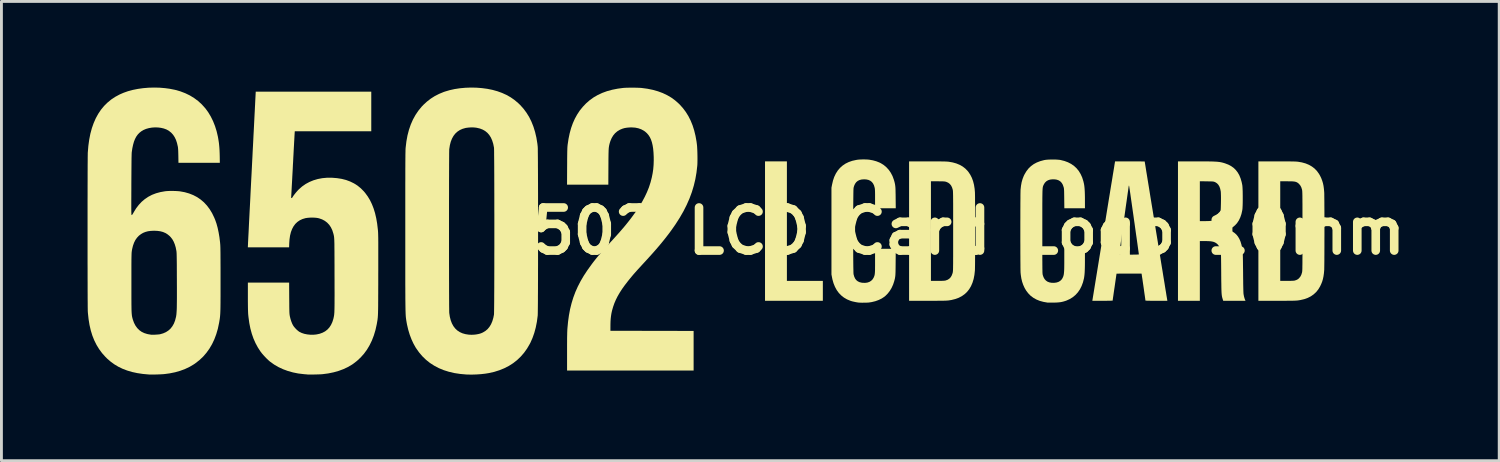
<source format=kicad_pcb>
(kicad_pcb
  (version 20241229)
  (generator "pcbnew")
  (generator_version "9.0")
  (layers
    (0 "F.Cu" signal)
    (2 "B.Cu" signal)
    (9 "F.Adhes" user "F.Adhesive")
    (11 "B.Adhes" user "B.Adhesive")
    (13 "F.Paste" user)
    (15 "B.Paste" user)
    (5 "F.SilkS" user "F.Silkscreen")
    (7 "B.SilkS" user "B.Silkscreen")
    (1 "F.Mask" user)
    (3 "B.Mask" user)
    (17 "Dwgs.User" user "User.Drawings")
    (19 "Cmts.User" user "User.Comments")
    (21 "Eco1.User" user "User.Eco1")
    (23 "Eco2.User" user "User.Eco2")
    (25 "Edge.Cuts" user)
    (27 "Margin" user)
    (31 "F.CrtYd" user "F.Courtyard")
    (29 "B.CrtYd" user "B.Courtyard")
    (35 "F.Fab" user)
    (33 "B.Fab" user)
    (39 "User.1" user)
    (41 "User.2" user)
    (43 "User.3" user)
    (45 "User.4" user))
  (footprint "6502 LCD Card Logo 10mm"
    (layer "F.Cu")
    (at 29.977 4.999)
    (property "Reference" "6502 LCD Card Logo 10mm" (at 0 0 0) (layer "F.SilkS") (effects (font (size 1.5 1.5) (thickness 0.3))))
    (attr board_only exclude_from_pos_files exclude_from_bom)
    (fp_poly (pts (xy -5.618 -0.347) (xy -5.618 1.735) (xy -4.992 1.735) (xy -4.366 1.735) (xy -4.366 2.081) (xy -4.366 2.428) (xy -5.373 2.428) (xy -6.38 2.428) (xy -6.38 0) (xy -6.38 -2.428) (xy -5.999 -2.428) (xy -5.618 -2.428)) (stroke (width 0) (type solid)) (fill yes) (layer "F.SilkS"))
    (fp_poly (pts (xy -0.599 -2.428) (xy -0.489 -2.428) (xy -0.393 -2.428) (xy -0.31 -2.427) (xy -0.24 -2.426) (xy -0.179 -2.426) (xy -0.129 -2.424) (xy -0.087 -2.423) (xy -0.051 -2.421) (xy -0.022 -2.419) (xy 0.003 -2.417) (xy 0.014 -2.416) (xy 0.154 -2.392) (xy 0.283 -2.356) (xy 0.399 -2.308) (xy 0.504 -2.249) (xy 0.597 -2.177) (xy 0.678 -2.093) (xy 0.708 -2.056) (xy 0.772 -1.959) (xy 0.825 -1.854) (xy 0.867 -1.739) (xy 0.899 -1.613) (xy 0.921 -1.476) (xy 0.93 -1.373) (xy 0.932 -1.347) (xy 0.933 -1.306) (xy 0.934 -1.249) (xy 0.935 -1.18) (xy 0.935 -1.098) (xy 0.936 -1.006) (xy 0.937 -0.903) (xy 0.937 -0.793) (xy 0.938 -0.674) (xy 0.938 -0.55) (xy 0.939 -0.421) (xy 0.939 -0.288) (xy 0.939 -0.153) (xy 0.939 -0.016) (xy 0.939 0.121) (xy 0.939 0.256) (xy 0.939 0.39) (xy 0.938 0.52) (xy 0.938 0.645) (xy 0.938 0.765) (xy 0.937 0.877) (xy 0.936 0.982) (xy 0.936 1.076) (xy 0.935 1.16) (xy 0.934 1.233) (xy 0.933 1.292) (xy 0.932 1.337) (xy 0.931 1.366) (xy 0.931 1.371) (xy 0.914 1.526) (xy 0.886 1.669) (xy 0.846 1.8) (xy 0.795 1.918) (xy 0.733 2.023) (xy 0.659 2.116) (xy 0.573 2.197) (xy 0.476 2.266) (xy 0.367 2.323) (xy 0.246 2.367) (xy 0.114 2.4) (xy 0.014 2.416) (xy -0.009 2.418) (xy -0.036 2.42) (xy -0.068 2.422) (xy -0.107 2.424) (xy -0.153 2.425) (xy -0.208 2.426) (xy -0.274 2.427) (xy -0.35 2.427) (xy -0.439 2.428) (xy -0.542 2.428) (xy -0.66 2.428) (xy -0.725 2.428) (xy -1.362 2.428) (xy -1.362 0) (xy -1.362 -1.735) (xy -0.601 -1.735) (xy -0.601 0) (xy -0.601 1.735) (xy -0.371 1.735) (xy -0.297 1.734) (xy -0.237 1.734) (xy -0.19 1.732) (xy -0.153 1.73) (xy -0.124 1.727) (xy -0.101 1.724) (xy -0.09 1.721) (xy -0.02 1.696) (xy 0.039 1.658) (xy 0.087 1.608) (xy 0.124 1.545) (xy 0.152 1.469) (xy 0.159 1.441) (xy 0.161 1.431) (xy 0.162 1.42) (xy 0.164 1.407) (xy 0.165 1.391) (xy 0.167 1.371) (xy 0.168 1.346) (xy 0.169 1.316) (xy 0.17 1.28) (xy 0.17 1.236) (xy 0.171 1.185) (xy 0.172 1.125) (xy 0.172 1.055) (xy 0.172 0.976) (xy 0.173 0.885) (xy 0.173 0.782) (xy 0.173 0.667) (xy 0.173 0.538) (xy 0.173 0.395) (xy 0.173 0.237) (xy 0.173 0.064) (xy 0.173 0) (xy 0.173 -0.179) (xy 0.173 -0.343) (xy 0.173 -0.491) (xy 0.173 -0.624) (xy 0.173 -0.744) (xy 0.173 -0.851) (xy 0.173 -0.946) (xy 0.172 -1.029) (xy 0.172 -1.102) (xy 0.171 -1.165) (xy 0.171 -1.219) (xy 0.17 -1.265) (xy 0.169 -1.304) (xy 0.168 -1.336) (xy 0.167 -1.363) (xy 0.166 -1.385) (xy 0.165 -1.402) (xy 0.163 -1.416) (xy 0.161 -1.428) (xy 0.159 -1.438) (xy 0.159 -1.441) (xy 0.134 -1.522) (xy 0.1 -1.589) (xy 0.055 -1.643) (xy 0.000169 -1.685) (xy -0.066 -1.714) (xy -0.09 -1.721) (xy -0.11 -1.725) (xy -0.136 -1.729) (xy -0.168 -1.731) (xy -0.209 -1.733) (xy -0.261 -1.734) (xy -0.327 -1.734) (xy -0.371 -1.735) (xy -0.601 -1.735) (xy -1.362 -1.735) (xy -1.362 -2.428) (xy -0.725 -2.428)) (stroke (width 0) (type solid)) (fill yes) (layer "F.SilkS"))
    (fp_poly (pts (xy 11.568 -2.428) (xy 11.678 -2.428) (xy 11.774 -2.428) (xy 11.857 -2.427) (xy 11.927 -2.426) (xy 11.987 -2.426) (xy 12.038 -2.424) (xy 12.08 -2.423) (xy 12.116 -2.421) (xy 12.145 -2.419) (xy 12.17 -2.417) (xy 12.181 -2.416) (xy 12.321 -2.392) (xy 12.45 -2.356) (xy 12.566 -2.308) (xy 12.67 -2.248) (xy 12.763 -2.177) (xy 12.844 -2.093) (xy 12.914 -1.996) (xy 12.952 -1.931) (xy 12.994 -1.844) (xy 13.027 -1.757) (xy 13.054 -1.668) (xy 13.074 -1.573) (xy 13.088 -1.468) (xy 13.098 -1.351) (xy 13.099 -1.328) (xy 13.1 -1.288) (xy 13.1 -1.234) (xy 13.101 -1.166) (xy 13.102 -1.085) (xy 13.103 -0.993) (xy 13.103 -0.891) (xy 13.104 -0.779) (xy 13.105 -0.659) (xy 13.105 -0.531) (xy 13.105 -0.398) (xy 13.106 -0.259) (xy 13.106 -0.117) (xy 13.106 0) (xy 13.106 0.145) (xy 13.105 0.287) (xy 13.105 0.424) (xy 13.105 0.557) (xy 13.104 0.683) (xy 13.104 0.802) (xy 13.103 0.912) (xy 13.103 1.012) (xy 13.102 1.102) (xy 13.101 1.18) (xy 13.1 1.246) (xy 13.099 1.297) (xy 13.099 1.334) (xy 13.098 1.351) (xy 13.088 1.469) (xy 13.073 1.574) (xy 13.053 1.67) (xy 13.027 1.759) (xy 12.993 1.845) (xy 12.952 1.931) (xy 12.889 2.035) (xy 12.815 2.126) (xy 12.729 2.205) (xy 12.632 2.273) (xy 12.523 2.328) (xy 12.402 2.371) (xy 12.269 2.402) (xy 12.181 2.416) (xy 12.158 2.418) (xy 12.131 2.42) (xy 12.099 2.422) (xy 12.06 2.424) (xy 12.014 2.425) (xy 11.959 2.426) (xy 11.893 2.427) (xy 11.817 2.427) (xy 11.728 2.428) (xy 11.625 2.428) (xy 11.506 2.428) (xy 11.442 2.428) (xy 10.805 2.428) (xy 10.805 0) (xy 10.805 -1.735) (xy 11.566 -1.735) (xy 11.566 0) (xy 11.566 1.735) (xy 11.797 1.734) (xy 11.877 1.734) (xy 11.941 1.733) (xy 11.991 1.731) (xy 12.029 1.729) (xy 12.056 1.726) (xy 12.07 1.723) (xy 12.12 1.707) (xy 12.159 1.689) (xy 12.194 1.666) (xy 12.218 1.644) (xy 12.265 1.589) (xy 12.3 1.522) (xy 12.325 1.442) (xy 12.326 1.44) (xy 12.328 1.431) (xy 12.329 1.42) (xy 12.331 1.407) (xy 12.332 1.39) (xy 12.334 1.37) (xy 12.335 1.345) (xy 12.336 1.314) (xy 12.337 1.278) (xy 12.337 1.234) (xy 12.338 1.182) (xy 12.339 1.121) (xy 12.339 1.051) (xy 12.339 0.971) (xy 12.34 0.879) (xy 12.34 0.776) (xy 12.34 0.66) (xy 12.34 0.53) (xy 12.34 0.387) (xy 12.34 0.228) (xy 12.34 0.053) (xy 12.34 0) (xy 12.34 -0.18) (xy 12.34 -0.343) (xy 12.34 -0.491) (xy 12.34 -0.625) (xy 12.34 -0.744) (xy 12.34 -0.851) (xy 12.34 -0.946) (xy 12.339 -1.029) (xy 12.339 -1.102) (xy 12.338 -1.166) (xy 12.338 -1.22) (xy 12.337 -1.266) (xy 12.336 -1.305) (xy 12.335 -1.337) (xy 12.334 -1.363) (xy 12.333 -1.385) (xy 12.331 -1.402) (xy 12.33 -1.416) (xy 12.328 -1.428) (xy 12.326 -1.438) (xy 12.326 -1.44) (xy 12.301 -1.521) (xy 12.266 -1.588) (xy 12.22 -1.643) (xy 12.22 -1.643) (xy 12.193 -1.667) (xy 12.167 -1.686) (xy 12.141 -1.701) (xy 12.11 -1.713) (xy 12.075 -1.722) (xy 12.032 -1.728) (xy 11.98 -1.732) (xy 11.916 -1.734) (xy 11.838 -1.734) (xy 11.796 -1.735) (xy 11.566 -1.735) (xy 10.805 -1.735) (xy 10.805 -2.428) (xy 11.442 -2.428)) (stroke (width 0) (type solid)) (fill yes) (layer "F.SilkS"))
    (fp_poly (pts (xy -2.915 -2.496) (xy -2.851 -2.494) (xy -2.795 -2.491) (xy -2.753 -2.487) (xy -2.622 -2.464) (xy -2.503 -2.431) (xy -2.394 -2.388) (xy -2.344 -2.363) (xy -2.242 -2.299) (xy -2.15 -2.221) (xy -2.068 -2.131) (xy -1.998 -2.029) (xy -1.939 -1.916) (xy -1.893 -1.791) (xy -1.88 -1.747) (xy -1.869 -1.708) (xy -1.861 -1.673) (xy -1.853 -1.639) (xy -1.848 -1.605) (xy -1.843 -1.569) (xy -1.839 -1.528) (xy -1.836 -1.48) (xy -1.834 -1.425) (xy -1.833 -1.359) (xy -1.831 -1.28) (xy -1.83 -1.187) (xy -1.83 -1.166) (xy -1.826 -0.795) (xy -2.186 -0.795) (xy -2.547 -0.795) (xy -2.547 -1.121) (xy -2.547 -1.209) (xy -2.547 -1.283) (xy -2.548 -1.344) (xy -2.549 -1.393) (xy -2.551 -1.432) (xy -2.553 -1.462) (xy -2.556 -1.487) (xy -2.56 -1.507) (xy -2.56 -1.508) (xy -2.583 -1.589) (xy -2.617 -1.658) (xy -2.66 -1.712) (xy -2.715 -1.754) (xy -2.78 -1.783) (xy -2.856 -1.799) (xy -2.928 -1.803) (xy -3.013 -1.797) (xy -3.087 -1.779) (xy -3.151 -1.747) (xy -3.203 -1.703) (xy -3.245 -1.645) (xy -3.277 -1.574) (xy -3.296 -1.505) (xy -3.297 -1.489) (xy -3.299 -1.456) (xy -3.301 -1.409) (xy -3.302 -1.347) (xy -3.303 -1.274) (xy -3.304 -1.189) (xy -3.305 -1.093) (xy -3.306 -0.988) (xy -3.307 -0.875) (xy -3.308 -0.755) (xy -3.309 -0.629) (xy -3.309 -0.497) (xy -3.309 -0.362) (xy -3.31 -0.224) (xy -3.31 -0.084) (xy -3.31 0.056) (xy -3.31 0.196) (xy -3.31 0.335) (xy -3.309 0.471) (xy -3.309 0.603) (xy -3.308 0.73) (xy -3.308 0.852) (xy -3.307 0.966) (xy -3.306 1.073) (xy -3.305 1.17) (xy -3.304 1.257) (xy -3.302 1.333) (xy -3.301 1.397) (xy -3.3 1.447) (xy -3.298 1.482) (xy -3.296 1.502) (xy -3.296 1.504) (xy -3.273 1.586) (xy -3.242 1.654) (xy -3.201 1.708) (xy -3.15 1.749) (xy -3.089 1.779) (xy -3.015 1.797) (xy -2.985 1.801) (xy -2.896 1.804) (xy -2.816 1.794) (xy -2.745 1.77) (xy -2.685 1.733) (xy -2.635 1.684) (xy -2.596 1.621) (xy -2.583 1.591) (xy -2.575 1.569) (xy -2.568 1.549) (xy -2.563 1.527) (xy -2.558 1.503) (xy -2.555 1.474) (xy -2.552 1.44) (xy -2.55 1.398) (xy -2.548 1.347) (xy -2.548 1.285) (xy -2.547 1.211) (xy -2.547 1.123) (xy -2.547 1.036) (xy -2.547 0.618) (xy -2.187 0.618) (xy -1.826 0.618) (xy -1.83 1.077) (xy -1.831 1.181) (xy -1.832 1.271) (xy -1.833 1.347) (xy -1.834 1.411) (xy -1.836 1.465) (xy -1.838 1.511) (xy -1.841 1.551) (xy -1.845 1.586) (xy -1.85 1.617) (xy -1.855 1.648) (xy -1.862 1.679) (xy -1.871 1.711) (xy -1.88 1.747) (xy -1.919 1.865) (xy -1.97 1.977) (xy -2.032 2.081) (xy -2.104 2.174) (xy -2.184 2.255) (xy -2.224 2.288) (xy -2.316 2.349) (xy -2.421 2.4) (xy -2.537 2.442) (xy -2.664 2.473) (xy -2.753 2.487) (xy -2.783 2.49) (xy -2.827 2.492) (xy -2.879 2.494) (xy -2.936 2.494) (xy -2.993 2.495) (xy -3.046 2.494) (xy -3.09 2.492) (xy -3.122 2.49) (xy -3.172 2.483) (xy -3.231 2.472) (xy -3.292 2.459) (xy -3.351 2.445) (xy -3.399 2.43) (xy -3.408 2.427) (xy -3.525 2.378) (xy -3.631 2.316) (xy -3.726 2.241) (xy -3.81 2.154) (xy -3.883 2.054) (xy -3.944 1.941) (xy -3.994 1.817) (xy -4.033 1.68) (xy -4.046 1.614) (xy -4.066 1.51) (xy -4.066 0) (xy -4.066 -1.51) (xy -4.046 -1.614) (xy -4.013 -1.757) (xy -3.969 -1.887) (xy -3.913 -2.004) (xy -3.846 -2.109) (xy -3.767 -2.202) (xy -3.677 -2.282) (xy -3.576 -2.35) (xy -3.463 -2.405) (xy -3.339 -2.448) (xy -3.203 -2.478) (xy -3.145 -2.487) (xy -3.1 -2.491) (xy -3.044 -2.494) (xy -2.981 -2.496)) (stroke (width 0) (type solid)) (fill yes) (layer "F.SilkS"))
    (fp_poly (pts (xy 8.767 -2.428) (xy 8.888 -2.428) (xy 8.995 -2.427) (xy 9.089 -2.426) (xy 9.171 -2.425) (xy 9.243 -2.422) (xy 9.305 -2.419) (xy 9.36 -2.416) (xy 9.409 -2.411) (xy 9.453 -2.406) (xy 9.492 -2.399) (xy 9.53 -2.391) (xy 9.566 -2.382) (xy 9.602 -2.372) (xy 9.64 -2.36) (xy 9.651 -2.356) (xy 9.761 -2.314) (xy 9.859 -2.261) (xy 9.946 -2.199) (xy 10.021 -2.125) (xy 10.086 -2.04) (xy 10.141 -1.943) (xy 10.186 -1.832) (xy 10.222 -1.708) (xy 10.244 -1.603) (xy 10.248 -1.568) (xy 10.252 -1.519) (xy 10.255 -1.457) (xy 10.258 -1.386) (xy 10.259 -1.309) (xy 10.26 -1.227) (xy 10.26 -1.143) (xy 10.26 -1.06) (xy 10.259 -0.98) (xy 10.257 -0.905) (xy 10.254 -0.839) (xy 10.251 -0.784) (xy 10.246 -0.742) (xy 10.244 -0.728) (xy 10.215 -0.596) (xy 10.175 -0.478) (xy 10.125 -0.373) (xy 10.064 -0.281) (xy 9.993 -0.202) (xy 9.911 -0.136) (xy 9.835 -0.091) (xy 9.805 -0.075) (xy 9.781 -0.06) (xy 9.768 -0.05) (xy 9.767 -0.047) (xy 9.776 -0.04) (xy 9.795 -0.031) (xy 9.799 -0.029) (xy 9.887 0.008) (xy 9.965 0.057) (xy 10.033 0.116) (xy 10.092 0.188) (xy 10.142 0.272) (xy 10.184 0.37) (xy 10.217 0.481) (xy 10.243 0.607) (xy 10.252 0.663) (xy 10.255 0.684) (xy 10.257 0.71) (xy 10.259 0.742) (xy 10.261 0.781) (xy 10.262 0.829) (xy 10.264 0.885) (xy 10.265 0.953) (xy 10.267 1.031) (xy 10.268 1.123) (xy 10.269 1.228) (xy 10.271 1.349) (xy 10.272 1.447) (xy 10.273 1.591) (xy 10.275 1.721) (xy 10.276 1.836) (xy 10.278 1.936) (xy 10.28 2.02) (xy 10.282 2.088) (xy 10.284 2.141) (xy 10.286 2.177) (xy 10.288 2.195) (xy 10.303 2.274) (xy 10.322 2.343) (xy 10.339 2.39) (xy 10.356 2.428) (xy 9.968 2.428) (xy 9.58 2.428) (xy 9.562 2.371) (xy 9.554 2.345) (xy 9.547 2.321) (xy 9.541 2.297) (xy 9.536 2.273) (xy 9.532 2.247) (xy 9.528 2.219) (xy 9.525 2.186) (xy 9.522 2.147) (xy 9.52 2.102) (xy 9.518 2.049) (xy 9.516 1.986) (xy 9.515 1.913) (xy 9.514 1.829) (xy 9.512 1.732) (xy 9.511 1.62) (xy 9.51 1.493) (xy 9.51 1.455) (xy 9.509 1.327) (xy 9.508 1.215) (xy 9.507 1.117) (xy 9.506 1.033) (xy 9.505 0.961) (xy 9.504 0.9) (xy 9.502 0.85) (xy 9.501 0.808) (xy 9.499 0.775) (xy 9.498 0.747) (xy 9.496 0.726) (xy 9.494 0.708) (xy 9.491 0.694) (xy 9.49 0.688) (xy 9.472 0.619) (xy 9.452 0.564) (xy 9.429 0.519) (xy 9.4 0.48) (xy 9.371 0.449) (xy 9.336 0.421) (xy 9.298 0.398) (xy 9.255 0.379) (xy 9.205 0.366) (xy 9.145 0.356) (xy 9.074 0.351) (xy 8.99 0.348) (xy 8.937 0.347) (xy 8.766 0.347) (xy 8.766 1.388) (xy 8.766 2.428) (xy 8.385 2.428) (xy 8.004 2.428) (xy 8.004 0) (xy 8.004 -1.736) (xy 8.766 -1.736) (xy 8.766 -1.041) (xy 8.766 -0.347) (xy 8.937 -0.347) (xy 9.008 -0.348) (xy 9.071 -0.35) (xy 9.124 -0.353) (xy 9.164 -0.358) (xy 9.172 -0.359) (xy 9.253 -0.38) (xy 9.321 -0.413) (xy 9.379 -0.459) (xy 9.425 -0.517) (xy 9.462 -0.588) (xy 9.482 -0.647) (xy 9.486 -0.671) (xy 9.49 -0.709) (xy 9.493 -0.758) (xy 9.496 -0.818) (xy 9.498 -0.885) (xy 9.5 -0.956) (xy 9.501 -1.03) (xy 9.502 -1.103) (xy 9.502 -1.174) (xy 9.501 -1.24) (xy 9.499 -1.298) (xy 9.497 -1.346) (xy 9.494 -1.382) (xy 9.493 -1.388) (xy 9.474 -1.477) (xy 9.447 -1.552) (xy 9.41 -1.614) (xy 9.364 -1.663) (xy 9.307 -1.7) (xy 9.283 -1.711) (xy 9.268 -1.716) (xy 9.253 -1.721) (xy 9.235 -1.724) (xy 9.214 -1.727) (xy 9.185 -1.729) (xy 9.147 -1.73) (xy 9.098 -1.731) (xy 9.035 -1.732) (xy 9 -1.733) (xy 8.766 -1.736) (xy 8.004 -1.736) (xy 8.004 -2.428) (xy 8.631 -2.428)) (stroke (width 0) (type solid)) (fill yes) (layer "F.SilkS"))
    (fp_poly (pts (xy 3.679 -2.492) (xy 3.751 -2.491) (xy 3.817 -2.487) (xy 3.874 -2.482) (xy 3.913 -2.476) (xy 4.049 -2.442) (xy 4.173 -2.396) (xy 4.285 -2.338) (xy 4.385 -2.268) (xy 4.473 -2.186) (xy 4.55 -2.091) (xy 4.614 -1.985) (xy 4.668 -1.866) (xy 4.709 -1.735) (xy 4.729 -1.65) (xy 4.739 -1.592) (xy 4.747 -1.528) (xy 4.753 -1.454) (xy 4.758 -1.37) (xy 4.761 -1.274) (xy 4.763 -1.165) (xy 4.763 -1.056) (xy 4.764 -0.795) (xy 4.405 -0.795) (xy 4.046 -0.795) (xy 4.042 -1.132) (xy 4.041 -1.217) (xy 4.04 -1.288) (xy 4.039 -1.345) (xy 4.038 -1.391) (xy 4.036 -1.427) (xy 4.034 -1.457) (xy 4.032 -1.48) (xy 4.029 -1.5) (xy 4.025 -1.518) (xy 4.02 -1.534) (xy 3.993 -1.613) (xy 3.956 -1.677) (xy 3.909 -1.728) (xy 3.853 -1.765) (xy 3.785 -1.79) (xy 3.719 -1.801) (xy 3.627 -1.803) (xy 3.546 -1.793) (xy 3.476 -1.769) (xy 3.416 -1.732) (xy 3.367 -1.683) (xy 3.33 -1.622) (xy 3.324 -1.608) (xy 3.318 -1.597) (xy 3.313 -1.585) (xy 3.308 -1.574) (xy 3.303 -1.561) (xy 3.3 -1.547) (xy 3.296 -1.53) (xy 3.293 -1.509) (xy 3.29 -1.485) (xy 3.288 -1.456) (xy 3.286 -1.421) (xy 3.284 -1.379) (xy 3.283 -1.33) (xy 3.282 -1.273) (xy 3.281 -1.208) (xy 3.28 -1.133) (xy 3.28 -1.047) (xy 3.279 -0.951) (xy 3.279 -0.842) (xy 3.279 -0.721) (xy 3.279 -0.587) (xy 3.279 -0.438) (xy 3.279 -0.275) (xy 3.279 -0.095) (xy 3.279 0.004) (xy 3.279 0.189) (xy 3.279 0.358) (xy 3.279 0.512) (xy 3.279 0.651) (xy 3.279 0.776) (xy 3.279 0.889) (xy 3.279 0.988) (xy 3.28 1.077) (xy 3.28 1.154) (xy 3.281 1.222) (xy 3.281 1.28) (xy 3.282 1.33) (xy 3.283 1.372) (xy 3.283 1.407) (xy 3.284 1.436) (xy 3.285 1.46) (xy 3.287 1.479) (xy 3.288 1.494) (xy 3.29 1.506) (xy 3.291 1.516) (xy 3.293 1.524) (xy 3.293 1.526) (xy 3.32 1.605) (xy 3.357 1.671) (xy 3.404 1.723) (xy 3.46 1.762) (xy 3.528 1.788) (xy 3.6 1.801) (xy 3.688 1.803) (xy 3.767 1.793) (xy 3.837 1.772) (xy 3.895 1.739) (xy 3.913 1.724) (xy 3.95 1.688) (xy 3.977 1.648) (xy 4 1.601) (xy 4.01 1.575) (xy 4.017 1.55) (xy 4.024 1.523) (xy 4.029 1.491) (xy 4.033 1.454) (xy 4.037 1.409) (xy 4.04 1.356) (xy 4.042 1.292) (xy 4.043 1.216) (xy 4.044 1.127) (xy 4.044 1.023) (xy 4.044 0.988) (xy 4.044 0.618) (xy 4.404 0.618) (xy 4.764 0.618) (xy 4.763 0.967) (xy 4.763 1.089) (xy 4.762 1.196) (xy 4.76 1.289) (xy 4.757 1.371) (xy 4.754 1.442) (xy 4.749 1.504) (xy 4.743 1.559) (xy 4.736 1.609) (xy 4.729 1.65) (xy 4.694 1.788) (xy 4.647 1.914) (xy 4.589 2.029) (xy 4.519 2.131) (xy 4.437 2.222) (xy 4.344 2.3) (xy 4.24 2.365) (xy 4.125 2.418) (xy 4.083 2.433) (xy 4.024 2.451) (xy 3.968 2.465) (xy 3.912 2.476) (xy 3.852 2.483) (xy 3.784 2.488) (xy 3.704 2.491) (xy 3.672 2.492) (xy 3.616 2.492) (xy 3.565 2.492) (xy 3.52 2.492) (xy 3.485 2.492) (xy 3.464 2.491) (xy 3.461 2.491) (xy 3.319 2.466) (xy 3.189 2.431) (xy 3.072 2.383) (xy 2.966 2.323) (xy 2.871 2.252) (xy 2.788 2.167) (xy 2.715 2.071) (xy 2.662 1.981) (xy 2.614 1.875) (xy 2.576 1.766) (xy 2.548 1.649) (xy 2.529 1.523) (xy 2.521 1.443) (xy 2.52 1.418) (xy 2.519 1.378) (xy 2.518 1.323) (xy 2.517 1.255) (xy 2.517 1.174) (xy 2.516 1.082) (xy 2.515 0.981) (xy 2.515 0.87) (xy 2.514 0.752) (xy 2.514 0.627) (xy 2.514 0.497) (xy 2.513 0.363) (xy 2.513 0.225) (xy 2.513 0.086) (xy 2.513 -0.054) (xy 2.513 -0.193) (xy 2.513 -0.331) (xy 2.514 -0.466) (xy 2.514 -0.597) (xy 2.514 -0.723) (xy 2.515 -0.843) (xy 2.515 -0.955) (xy 2.516 -1.059) (xy 2.517 -1.153) (xy 2.517 -1.237) (xy 2.518 -1.308) (xy 2.519 -1.366) (xy 2.52 -1.41) (xy 2.521 -1.438) (xy 2.521 -1.443) (xy 2.536 -1.577) (xy 2.558 -1.699) (xy 2.59 -1.812) (xy 2.632 -1.92) (xy 2.662 -1.981) (xy 2.726 -2.087) (xy 2.799 -2.181) (xy 2.883 -2.262) (xy 2.979 -2.332) (xy 3.085 -2.389) (xy 3.204 -2.435) (xy 3.336 -2.471) (xy 3.363 -2.476) (xy 3.408 -2.483) (xy 3.465 -2.488) (xy 3.532 -2.491) (xy 3.605 -2.493)) (stroke (width 0) (type solid)) (fill yes) (layer "F.SilkS"))
    (fp_poly (pts (xy -10.919 -4.995) (xy -10.844 -4.993) (xy -10.775 -4.991) (xy -10.717 -4.988) (xy -10.678 -4.985) (xy -10.476 -4.958) (xy -10.287 -4.919) (xy -10.11 -4.869) (xy -9.945 -4.808) (xy -9.791 -4.735) (xy -9.647 -4.651) (xy -9.514 -4.554) (xy -9.39 -4.445) (xy -9.351 -4.407) (xy -9.238 -4.281) (xy -9.137 -4.146) (xy -9.048 -4.002) (xy -8.97 -3.847) (xy -8.903 -3.682) (xy -8.847 -3.505) (xy -8.801 -3.316) (xy -8.765 -3.114) (xy -8.753 -3.021) (xy -8.747 -2.967) (xy -8.743 -2.899) (xy -8.739 -2.821) (xy -8.736 -2.737) (xy -8.734 -2.648) (xy -8.733 -2.56) (xy -8.733 -2.475) (xy -8.734 -2.396) (xy -8.736 -2.327) (xy -8.74 -2.273) (xy -8.767 -2.038) (xy -8.807 -1.808) (xy -8.861 -1.581) (xy -8.929 -1.356) (xy -9.012 -1.132) (xy -9.11 -0.91) (xy -9.223 -0.687) (xy -9.352 -0.463) (xy -9.496 -0.238) (xy -9.634 -0.04) (xy -9.718 0.074) (xy -9.803 0.185) (xy -9.89 0.296) (xy -9.981 0.408) (xy -10.076 0.522) (xy -10.178 0.641) (xy -10.288 0.766) (xy -10.407 0.898) (xy -10.536 1.04) (xy -10.576 1.083) (xy -10.66 1.174) (xy -10.733 1.254) (xy -10.798 1.324) (xy -10.855 1.388) (xy -10.906 1.445) (xy -10.953 1.498) (xy -10.996 1.549) (xy -11.037 1.598) (xy -11.078 1.648) (xy -11.12 1.7) (xy -11.154 1.742) (xy -11.263 1.883) (xy -11.359 2.017) (xy -11.442 2.146) (xy -11.514 2.27) (xy -11.575 2.392) (xy -11.627 2.513) (xy -11.67 2.635) (xy -11.706 2.76) (xy -11.714 2.793) (xy -11.732 2.878) (xy -11.745 2.963) (xy -11.755 3.052) (xy -11.761 3.148) (xy -11.764 3.256) (xy -11.764 3.283) (xy -11.765 3.473) (xy -10.316 3.475) (xy -8.867 3.478) (xy -8.867 4.167) (xy -8.867 4.857) (xy -11.071 4.857) (xy -13.275 4.857) (xy -13.275 4.211) (xy -13.275 4.075) (xy -13.275 3.954) (xy -13.274 3.847) (xy -13.274 3.754) (xy -13.273 3.672) (xy -13.271 3.602) (xy -13.27 3.54) (xy -13.268 3.487) (xy -13.266 3.44) (xy -13.263 3.4) (xy -13.263 3.397) (xy -13.241 3.16) (xy -13.21 2.935) (xy -13.17 2.72) (xy -13.119 2.515) (xy -13.058 2.316) (xy -12.986 2.123) (xy -12.901 1.932) (xy -12.804 1.744) (xy -12.693 1.555) (xy -12.567 1.364) (xy -12.427 1.169) (xy -12.401 1.134) (xy -12.348 1.064) (xy -12.296 0.998) (xy -12.244 0.933) (xy -12.19 0.868) (xy -12.134 0.801) (xy -12.073 0.73) (xy -12.006 0.655) (xy -11.931 0.572) (xy -11.848 0.48) (xy -11.757 0.381) (xy -11.652 0.267) (xy -11.558 0.163) (xy -11.473 0.068) (xy -11.395 -0.021) (xy -11.324 -0.104) (xy -11.256 -0.184) (xy -11.192 -0.263) (xy -11.129 -0.342) (xy -11.066 -0.423) (xy -11.023 -0.48) (xy -10.888 -0.665) (xy -10.768 -0.844) (xy -10.662 -1.018) (xy -10.57 -1.189) (xy -10.491 -1.357) (xy -10.424 -1.523) (xy -10.37 -1.689) (xy -10.362 -1.718) (xy -10.323 -1.87) (xy -10.294 -2.016) (xy -10.273 -2.16) (xy -10.261 -2.307) (xy -10.256 -2.462) (xy -10.257 -2.584) (xy -10.264 -2.733) (xy -10.276 -2.867) (xy -10.295 -2.987) (xy -10.32 -3.093) (xy -10.352 -3.188) (xy -10.391 -3.271) (xy -10.439 -3.345) (xy -10.494 -3.409) (xy -10.557 -3.465) (xy -10.6 -3.495) (xy -10.69 -3.544) (xy -10.79 -3.58) (xy -10.9 -3.603) (xy -11.019 -3.611) (xy -11.097 -3.61) (xy -11.188 -3.602) (xy -11.268 -3.589) (xy -11.342 -3.568) (xy -11.413 -3.539) (xy -11.439 -3.527) (xy -11.526 -3.474) (xy -11.603 -3.408) (xy -11.668 -3.33) (xy -11.723 -3.238) (xy -11.767 -3.134) (xy -11.791 -3.057) (xy -11.798 -3.028) (xy -11.805 -3.001) (xy -11.81 -2.976) (xy -11.815 -2.949) (xy -11.819 -2.921) (xy -11.823 -2.89) (xy -11.825 -2.854) (xy -11.828 -2.812) (xy -11.829 -2.762) (xy -11.831 -2.704) (xy -11.832 -2.636) (xy -11.833 -2.556) (xy -11.834 -2.464) (xy -11.834 -2.357) (xy -11.835 -2.236) (xy -11.838 -1.616) (xy -12.557 -1.616) (xy -13.276 -1.616) (xy -13.273 -2.253) (xy -13.272 -2.377) (xy -13.272 -2.485) (xy -13.271 -2.579) (xy -13.27 -2.66) (xy -13.269 -2.73) (xy -13.268 -2.789) (xy -13.266 -2.839) (xy -13.265 -2.882) (xy -13.263 -2.918) (xy -13.261 -2.949) (xy -13.258 -2.977) (xy -13.256 -3.003) (xy -13.255 -3.008) (xy -13.224 -3.215) (xy -13.184 -3.408) (xy -13.134 -3.589) (xy -13.074 -3.757) (xy -13.004 -3.914) (xy -12.923 -4.061) (xy -12.832 -4.199) (xy -12.728 -4.327) (xy -12.614 -4.447) (xy -12.61 -4.451) (xy -12.486 -4.559) (xy -12.351 -4.656) (xy -12.206 -4.74) (xy -12.049 -4.813) (xy -11.882 -4.874) (xy -11.702 -4.923) (xy -11.51 -4.961) (xy -11.329 -4.985) (xy -11.283 -4.989) (xy -11.224 -4.992) (xy -11.154 -4.994) (xy -11.078 -4.995) (xy -10.999 -4.995)) (stroke (width 0) (type solid)) (fill yes) (layer "F.SilkS"))
    (fp_poly (pts (xy 6.204 -2.428) (xy 6.283 -2.428) (xy 6.364 -2.428) (xy 6.444 -2.428) (xy 6.522 -2.428) (xy 6.595 -2.427) (xy 6.662 -2.427) (xy 6.722 -2.426) (xy 6.771 -2.426) (xy 6.81 -2.425) (xy 6.835 -2.425) (xy 6.845 -2.424) (xy 6.845 -2.424) (xy 6.846 -2.415) (xy 6.85 -2.391) (xy 6.857 -2.351) (xy 6.866 -2.296) (xy 6.877 -2.227) (xy 6.89 -2.145) (xy 6.905 -2.05) (xy 6.923 -1.943) (xy 6.942 -1.825) (xy 6.963 -1.696) (xy 6.986 -1.557) (xy 7.01 -1.408) (xy 7.035 -1.251) (xy 7.062 -1.085) (xy 7.09 -0.912) (xy 7.12 -0.733) (xy 7.15 -0.547) (xy 7.181 -0.356) (xy 7.213 -0.16) (xy 7.234 -0.028) (xy 7.267 0.172) (xy 7.299 0.367) (xy 7.329 0.557) (xy 7.36 0.741) (xy 7.389 0.92) (xy 7.416 1.091) (xy 7.443 1.255) (xy 7.469 1.411) (xy 7.492 1.558) (xy 7.515 1.696) (xy 7.536 1.823) (xy 7.554 1.939) (xy 7.571 2.044) (xy 7.587 2.136) (xy 7.599 2.216) (xy 7.61 2.282) (xy 7.619 2.334) (xy 7.625 2.37) (xy 7.628 2.392) (xy 7.629 2.397) (xy 7.634 2.428) (xy 7.252 2.428) (xy 7.158 2.428) (xy 7.08 2.428) (xy 7.016 2.427) (xy 6.965 2.427) (xy 6.927 2.425) (xy 6.899 2.424) (xy 6.882 2.422) (xy 6.872 2.42) (xy 6.87 2.418) (xy 6.869 2.407) (xy 6.866 2.382) (xy 6.861 2.344) (xy 6.854 2.295) (xy 6.846 2.237) (xy 6.836 2.171) (xy 6.826 2.1) (xy 6.816 2.025) (xy 6.805 1.949) (xy 6.794 1.873) (xy 6.783 1.799) (xy 6.773 1.729) (xy 6.764 1.665) (xy 6.755 1.609) (xy 6.748 1.562) (xy 6.743 1.527) (xy 6.74 1.505) (xy 6.739 1.5) (xy 6.735 1.481) (xy 6.299 1.481) (xy 6.215 1.481) (xy 6.136 1.481) (xy 6.064 1.481) (xy 6.001 1.482) (xy 5.948 1.482) (xy 5.906 1.483) (xy 5.878 1.483) (xy 5.864 1.484) (xy 5.863 1.484) (xy 5.862 1.493) (xy 5.859 1.517) (xy 5.853 1.555) (xy 5.846 1.605) (xy 5.837 1.665) (xy 5.827 1.735) (xy 5.816 1.812) (xy 5.804 1.896) (xy 5.796 1.951) (xy 5.783 2.037) (xy 5.771 2.119) (xy 5.76 2.194) (xy 5.751 2.261) (xy 5.742 2.318) (xy 5.736 2.364) (xy 5.731 2.398) (xy 5.729 2.417) (xy 5.728 2.421) (xy 5.72 2.423) (xy 5.697 2.424) (xy 5.66 2.425) (xy 5.611 2.426) (xy 5.553 2.427) (xy 5.486 2.428) (xy 5.413 2.428) (xy 5.374 2.428) (xy 5.021 2.428) (xy 5.284 0.814) (xy 5.957 0.814) (xy 5.965 0.815) (xy 5.988 0.817) (xy 6.025 0.818) (xy 6.073 0.819) (xy 6.131 0.82) (xy 6.197 0.82) (xy 6.269 0.821) (xy 6.299 0.821) (xy 6.389 0.821) (xy 6.464 0.82) (xy 6.524 0.82) (xy 6.57 0.818) (xy 6.604 0.817) (xy 6.626 0.815) (xy 6.639 0.813) (xy 6.642 0.811) (xy 6.641 0.801) (xy 6.637 0.775) (xy 6.632 0.735) (xy 6.624 0.681) (xy 6.615 0.615) (xy 6.604 0.536) (xy 6.592 0.447) (xy 6.578 0.349) (xy 6.563 0.241) (xy 6.546 0.126) (xy 6.529 0.004) (xy 6.511 -0.123) (xy 6.493 -0.255) (xy 6.473 -0.391) (xy 6.454 -0.529) (xy 6.434 -0.669) (xy 6.414 -0.809) (xy 6.394 -0.95) (xy 6.374 -1.088) (xy 6.367 -1.137) (xy 6.355 -1.221) (xy 6.344 -1.3) (xy 6.333 -1.372) (xy 6.324 -1.436) (xy 6.315 -1.49) (xy 6.309 -1.533) (xy 6.304 -1.563) (xy 6.301 -1.578) (xy 6.3 -1.58) (xy 6.292 -1.582) (xy 6.291 -1.581) (xy 6.29 -1.573) (xy 6.286 -1.548) (xy 6.28 -1.51) (xy 6.273 -1.458) (xy 6.264 -1.394) (xy 6.253 -1.319) (xy 6.241 -1.234) (xy 6.228 -1.14) (xy 6.214 -1.039) (xy 6.198 -0.931) (xy 6.182 -0.818) (xy 6.166 -0.701) (xy 6.149 -0.58) (xy 6.132 -0.458) (xy 6.115 -0.336) (xy 6.098 -0.213) (xy 6.081 -0.093) (xy 6.065 0.025) (xy 6.049 0.139) (xy 6.034 0.248) (xy 6.019 0.351) (xy 6.006 0.447) (xy 5.994 0.534) (xy 5.984 0.611) (xy 5.975 0.678) (xy 5.967 0.732) (xy 5.962 0.774) (xy 5.958 0.801) (xy 5.957 0.813) (xy 5.957 0.814) (xy 5.284 0.814) (xy 5.416 0.002) (xy 5.449 -0.198) (xy 5.481 -0.394) (xy 5.512 -0.585) (xy 5.542 -0.77) (xy 5.571 -0.949) (xy 5.599 -1.121) (xy 5.626 -1.285) (xy 5.651 -1.441) (xy 5.675 -1.588) (xy 5.698 -1.725) (xy 5.719 -1.852) (xy 5.737 -1.968) (xy 5.755 -2.073) (xy 5.77 -2.165) (xy 5.783 -2.245) (xy 5.793 -2.311) (xy 5.802 -2.363) (xy 5.808 -2.399) (xy 5.811 -2.421) (xy 5.812 -2.426) (xy 5.821 -2.427) (xy 5.844 -2.427) (xy 5.881 -2.428) (xy 5.929 -2.428) (xy 5.987 -2.428) (xy 6.054 -2.428) (xy 6.126 -2.428)) (stroke (width 0) (type solid)) (fill yes) (layer "F.SilkS"))
    (fp_poly (pts (xy -16.431 -4.995) (xy -16.24 -4.98) (xy -16.054 -4.955) (xy -15.875 -4.919) (xy -15.706 -4.872) (xy -15.705 -4.872) (xy -15.539 -4.812) (xy -15.385 -4.742) (xy -15.242 -4.661) (xy -15.108 -4.568) (xy -14.982 -4.462) (xy -14.908 -4.391) (xy -14.792 -4.262) (xy -14.688 -4.122) (xy -14.595 -3.971) (xy -14.515 -3.809) (xy -14.446 -3.635) (xy -14.389 -3.45) (xy -14.343 -3.253) (xy -14.309 -3.043) (xy -14.298 -2.944) (xy -14.297 -2.925) (xy -14.295 -2.89) (xy -14.294 -2.84) (xy -14.294 -2.775) (xy -14.293 -2.696) (xy -14.292 -2.604) (xy -14.291 -2.499) (xy -14.29 -2.383) (xy -14.29 -2.257) (xy -14.289 -2.12) (xy -14.288 -1.975) (xy -14.288 -1.82) (xy -14.287 -1.659) (xy -14.287 -1.49) (xy -14.286 -1.315) (xy -14.286 -1.135) (xy -14.286 -0.95) (xy -14.286 -0.761) (xy -14.285 -0.57) (xy -14.285 -0.376) (xy -14.285 -0.181) (xy -14.285 0.015) (xy -14.285 0.211) (xy -14.285 0.407) (xy -14.286 0.6) (xy -14.286 0.791) (xy -14.286 0.979) (xy -14.286 1.163) (xy -14.287 1.343) (xy -14.287 1.517) (xy -14.287 1.684) (xy -14.288 1.845) (xy -14.288 1.998) (xy -14.289 2.142) (xy -14.29 2.277) (xy -14.29 2.402) (xy -14.291 2.516) (xy -14.292 2.619) (xy -14.293 2.709) (xy -14.294 2.786) (xy -14.295 2.849) (xy -14.296 2.897) (xy -14.297 2.93) (xy -14.298 2.944) (xy -14.326 3.158) (xy -14.366 3.359) (xy -14.417 3.548) (xy -14.479 3.724) (xy -14.551 3.887) (xy -14.576 3.934) (xy -14.669 4.093) (xy -14.774 4.24) (xy -14.89 4.373) (xy -15.016 4.494) (xy -15.154 4.602) (xy -15.302 4.696) (xy -15.462 4.778) (xy -15.632 4.847) (xy -15.813 4.904) (xy -16.005 4.947) (xy -16.122 4.966) (xy -16.272 4.983) (xy -16.43 4.994) (xy -16.589 4.999) (xy -16.743 4.997) (xy -16.787 4.995) (xy -16.999 4.976) (xy -17.202 4.945) (xy -17.393 4.9) (xy -17.574 4.843) (xy -17.743 4.773) (xy -17.902 4.689) (xy -18.051 4.593) (xy -18.188 4.484) (xy -18.314 4.362) (xy -18.429 4.227) (xy -18.533 4.08) (xy -18.543 4.066) (xy -18.622 3.926) (xy -18.693 3.774) (xy -18.755 3.611) (xy -18.807 3.439) (xy -18.849 3.26) (xy -18.864 3.179) (xy -18.868 3.154) (xy -18.872 3.131) (xy -18.876 3.109) (xy -18.879 3.087) (xy -18.882 3.065) (xy -18.885 3.043) (xy -18.888 3.019) (xy -18.891 2.993) (xy -18.893 2.965) (xy -18.895 2.933) (xy -18.897 2.899) (xy -18.899 2.86) (xy -18.9 2.816) (xy -18.902 2.767) (xy -18.903 2.712) (xy -18.904 2.65) (xy -18.905 2.582) (xy -18.906 2.506) (xy -18.907 2.421) (xy -18.908 2.328) (xy -18.908 2.226) (xy -18.909 2.114) (xy -18.909 1.991) (xy -18.91 1.857) (xy -18.91 1.712) (xy -18.91 1.554) (xy -18.91 1.384) (xy -18.91 1.2) (xy -18.91 1.002) (xy -18.91 0.79) (xy -18.91 0.563) (xy -18.91 0.32) (xy -18.91 0.061) (xy -18.91 0.032) (xy -17.387 0.032) (xy -17.387 0.223) (xy -17.387 0.414) (xy -17.387 0.604) (xy -17.387 0.791) (xy -17.387 0.974) (xy -17.387 1.154) (xy -17.386 1.329) (xy -17.386 1.498) (xy -17.386 1.661) (xy -17.385 1.817) (xy -17.385 1.965) (xy -17.385 2.104) (xy -17.384 2.234) (xy -17.384 2.354) (xy -17.383 2.462) (xy -17.383 2.559) (xy -17.382 2.644) (xy -17.381 2.715) (xy -17.381 2.772) (xy -17.38 2.814) (xy -17.379 2.841) (xy -17.379 2.849) (xy -17.359 2.984) (xy -17.328 3.106) (xy -17.287 3.214) (xy -17.235 3.31) (xy -17.172 3.392) (xy -17.099 3.461) (xy -17.015 3.517) (xy -16.92 3.56) (xy -16.814 3.59) (xy -16.698 3.608) (xy -16.605 3.612) (xy -16.556 3.611) (xy -16.501 3.607) (xy -16.451 3.602) (xy -16.44 3.6) (xy -16.372 3.588) (xy -16.315 3.574) (xy -16.262 3.556) (xy -16.207 3.531) (xy -16.205 3.53) (xy -16.12 3.479) (xy -16.044 3.415) (xy -15.979 3.337) (xy -15.923 3.245) (xy -15.878 3.14) (xy -15.843 3.021) (xy -15.821 2.91) (xy -15.82 2.895) (xy -15.819 2.863) (xy -15.818 2.816) (xy -15.817 2.754) (xy -15.816 2.679) (xy -15.815 2.59) (xy -15.814 2.489) (xy -15.813 2.376) (xy -15.813 2.253) (xy -15.812 2.12) (xy -15.811 1.977) (xy -15.811 1.826) (xy -15.81 1.667) (xy -15.81 1.501) (xy -15.809 1.329) (xy -15.809 1.152) (xy -15.809 0.97) (xy -15.809 0.784) (xy -15.808 0.595) (xy -15.808 0.403) (xy -15.808 0.21) (xy -15.808 0.016) (xy -15.808 -0.178) (xy -15.808 -0.371) (xy -15.808 -0.563) (xy -15.809 -0.752) (xy -15.809 -0.939) (xy -15.809 -1.122) (xy -15.809 -1.3) (xy -15.81 -1.473) (xy -15.81 -1.64) (xy -15.811 -1.8) (xy -15.811 -1.953) (xy -15.812 -2.097) (xy -15.812 -2.232) (xy -15.813 -2.357) (xy -15.814 -2.471) (xy -15.815 -2.574) (xy -15.816 -2.665) (xy -15.816 -2.743) (xy -15.817 -2.807) (xy -15.818 -2.856) (xy -15.819 -2.891) (xy -15.821 -2.909) (xy -15.821 -2.91) (xy -15.847 -3.04) (xy -15.883 -3.155) (xy -15.928 -3.257) (xy -15.984 -3.346) (xy -16.049 -3.421) (xy -16.126 -3.484) (xy -16.213 -3.534) (xy -16.311 -3.572) (xy -16.421 -3.598) (xy -16.47 -3.605) (xy -16.546 -3.611) (xy -16.629 -3.611) (xy -16.714 -3.605) (xy -16.791 -3.595) (xy -16.808 -3.592) (xy -16.914 -3.562) (xy -17.009 -3.52) (xy -17.094 -3.464) (xy -17.168 -3.396) (xy -17.231 -3.315) (xy -17.284 -3.22) (xy -17.326 -3.113) (xy -17.357 -2.992) (xy -17.378 -2.858) (xy -17.379 -2.849) (xy -17.38 -2.834) (xy -17.38 -2.802) (xy -17.381 -2.755) (xy -17.382 -2.693) (xy -17.382 -2.617) (xy -17.383 -2.529) (xy -17.383 -2.428) (xy -17.384 -2.315) (xy -17.384 -2.192) (xy -17.385 -2.059) (xy -17.385 -1.917) (xy -17.386 -1.766) (xy -17.386 -1.608) (xy -17.386 -1.443) (xy -17.386 -1.272) (xy -17.387 -1.095) (xy -17.387 -0.914) (xy -17.387 -0.729) (xy -17.387 -0.542) (xy -17.387 -0.352) (xy -17.387 -0.16) (xy -17.387 0.032) (xy -18.91 0.032) (xy -18.91 0) (xy -18.91 -0.261) (xy -18.91 -0.505) (xy -18.91 -0.733) (xy -18.91 -0.946) (xy -18.91 -1.145) (xy -18.91 -1.329) (xy -18.91 -1.5) (xy -18.91 -1.657) (xy -18.909 -1.802) (xy -18.909 -1.936) (xy -18.909 -2.057) (xy -18.909 -2.168) (xy -18.908 -2.269) (xy -18.908 -2.36) (xy -18.907 -2.442) (xy -18.907 -2.515) (xy -18.906 -2.58) (xy -18.906 -2.638) (xy -18.905 -2.689) (xy -18.904 -2.733) (xy -18.903 -2.772) (xy -18.903 -2.805) (xy -18.902 -2.833) (xy -18.901 -2.858) (xy -18.9 -2.878) (xy -18.898 -2.896) (xy -18.897 -2.91) (xy -18.871 -3.127) (xy -18.833 -3.334) (xy -18.782 -3.529) (xy -18.719 -3.712) (xy -18.643 -3.885) (xy -18.554 -4.046) (xy -18.453 -4.195) (xy -18.34 -4.333) (xy -18.28 -4.396) (xy -18.155 -4.511) (xy -18.023 -4.613) (xy -17.883 -4.702) (xy -17.732 -4.779) (xy -17.569 -4.846) (xy -17.531 -4.859) (xy -17.366 -4.908) (xy -17.19 -4.947) (xy -17.006 -4.975) (xy -16.817 -4.992) (xy -16.624 -4.999)) (stroke (width 0) (type solid)) (fill yes) (layer "F.SilkS"))
    (fp_poly (pts (xy -20.095 -4.167) (xy -20.095 -3.477) (xy -21.427 -3.477) (xy -22.759 -3.477) (xy -22.764 -3.408) (xy -22.765 -3.39) (xy -22.767 -3.357) (xy -22.77 -3.31) (xy -22.773 -3.248) (xy -22.777 -3.175) (xy -22.782 -3.09) (xy -22.787 -2.994) (xy -22.793 -2.89) (xy -22.799 -2.778) (xy -22.805 -2.659) (xy -22.812 -2.534) (xy -22.818 -2.405) (xy -22.824 -2.31) (xy -22.83 -2.178) (xy -22.837 -2.05) (xy -22.844 -1.927) (xy -22.85 -1.81) (xy -22.856 -1.701) (xy -22.862 -1.599) (xy -22.867 -1.507) (xy -22.871 -1.425) (xy -22.875 -1.356) (xy -22.878 -1.298) (xy -22.881 -1.255) (xy -22.882 -1.227) (xy -22.883 -1.216) (xy -22.885 -1.183) (xy -22.885 -1.164) (xy -22.883 -1.154) (xy -22.876 -1.151) (xy -22.871 -1.151) (xy -22.854 -1.158) (xy -22.841 -1.175) (xy -22.822 -1.206) (xy -22.795 -1.246) (xy -22.76 -1.291) (xy -22.722 -1.339) (xy -22.682 -1.385) (xy -22.643 -1.428) (xy -22.616 -1.455) (xy -22.504 -1.554) (xy -22.381 -1.64) (xy -22.249 -1.711) (xy -22.108 -1.769) (xy -21.959 -1.813) (xy -21.802 -1.843) (xy -21.638 -1.858) (xy -21.468 -1.858) (xy -21.463 -1.858) (xy -21.288 -1.844) (xy -21.124 -1.818) (xy -20.971 -1.779) (xy -20.829 -1.726) (xy -20.696 -1.661) (xy -20.573 -1.583) (xy -20.46 -1.491) (xy -20.355 -1.385) (xy -20.307 -1.328) (xy -20.219 -1.208) (xy -20.14 -1.078) (xy -20.072 -0.937) (xy -20.013 -0.786) (xy -19.963 -0.623) (xy -19.922 -0.447) (xy -19.89 -0.259) (xy -19.866 -0.056) (xy -19.862 -0.017) (xy -19.86 0.005) (xy -19.859 0.03) (xy -19.857 0.056) (xy -19.856 0.087) (xy -19.855 0.122) (xy -19.854 0.162) (xy -19.853 0.208) (xy -19.852 0.261) (xy -19.852 0.322) (xy -19.851 0.391) (xy -19.851 0.47) (xy -19.851 0.559) (xy -19.851 0.659) (xy -19.851 0.771) (xy -19.851 0.896) (xy -19.851 1.035) (xy -19.851 1.188) (xy -19.851 1.357) (xy -19.852 1.519) (xy -19.852 1.702) (xy -19.852 1.869) (xy -19.853 2.021) (xy -19.853 2.159) (xy -19.854 2.283) (xy -19.854 2.395) (xy -19.855 2.495) (xy -19.855 2.584) (xy -19.856 2.664) (xy -19.857 2.734) (xy -19.859 2.796) (xy -19.86 2.851) (xy -19.862 2.9) (xy -19.864 2.943) (xy -19.867 2.981) (xy -19.869 3.016) (xy -19.873 3.048) (xy -19.876 3.078) (xy -19.88 3.106) (xy -19.885 3.134) (xy -19.89 3.163) (xy -19.895 3.194) (xy -19.901 3.227) (xy -19.905 3.249) (xy -19.949 3.447) (xy -20.005 3.634) (xy -20.073 3.81) (xy -20.153 3.975) (xy -20.245 4.13) (xy -20.349 4.272) (xy -20.465 4.402) (xy -20.592 4.521) (xy -20.73 4.627) (xy -20.764 4.65) (xy -20.906 4.734) (xy -21.061 4.807) (xy -21.228 4.869) (xy -21.405 4.919) (xy -21.593 4.958) (xy -21.783 4.983) (xy -21.816 4.986) (xy -21.861 4.989) (xy -21.916 4.991) (xy -21.977 4.993) (xy -22.041 4.995) (xy -22.105 4.996) (xy -22.166 4.997) (xy -22.22 4.997) (xy -22.264 4.997) (xy -22.296 4.996) (xy -22.303 4.996) (xy -22.327 4.994) (xy -22.362 4.99) (xy -22.405 4.987) (xy -22.447 4.983) (xy -22.639 4.96) (xy -22.823 4.923) (xy -23.001 4.873) (xy -23.169 4.811) (xy -23.328 4.737) (xy -23.476 4.651) (xy -23.613 4.553) (xy -23.628 4.542) (xy -23.679 4.497) (xy -23.736 4.443) (xy -23.795 4.382) (xy -23.852 4.32) (xy -23.904 4.26) (xy -23.946 4.205) (xy -23.951 4.199) (xy -24.045 4.055) (xy -24.127 3.903) (xy -24.198 3.743) (xy -24.257 3.573) (xy -24.306 3.393) (xy -24.344 3.201) (xy -24.372 2.996) (xy -24.381 2.912) (xy -24.384 2.872) (xy -24.386 2.824) (xy -24.388 2.769) (xy -24.39 2.704) (xy -24.391 2.628) (xy -24.392 2.54) (xy -24.393 2.438) (xy -24.393 2.321) (xy -24.393 2.282) (xy -24.393 1.794) (xy -23.675 1.794) (xy -22.956 1.794) (xy -22.953 2.333) (xy -22.952 2.443) (xy -22.951 2.537) (xy -22.951 2.617) (xy -22.95 2.684) (xy -22.949 2.74) (xy -22.948 2.787) (xy -22.947 2.825) (xy -22.945 2.857) (xy -22.943 2.884) (xy -22.941 2.906) (xy -22.938 2.926) (xy -22.935 2.946) (xy -22.931 2.965) (xy -22.931 2.968) (xy -22.909 3.059) (xy -22.881 3.147) (xy -22.849 3.227) (xy -22.818 3.286) (xy -22.789 3.329) (xy -22.749 3.376) (xy -22.705 3.423) (xy -22.658 3.465) (xy -22.615 3.499) (xy -22.597 3.51) (xy -22.517 3.549) (xy -22.426 3.579) (xy -22.326 3.599) (xy -22.221 3.61) (xy -22.113 3.611) (xy -22.007 3.601) (xy -22.007 3.601) (xy -21.894 3.577) (xy -21.792 3.54) (xy -21.702 3.492) (xy -21.623 3.431) (xy -21.555 3.357) (xy -21.498 3.27) (xy -21.451 3.17) (xy -21.415 3.057) (xy -21.407 3.021) (xy -21.402 2.999) (xy -21.398 2.979) (xy -21.394 2.957) (xy -21.39 2.935) (xy -21.387 2.91) (xy -21.385 2.882) (xy -21.382 2.85) (xy -21.38 2.814) (xy -21.379 2.771) (xy -21.377 2.723) (xy -21.376 2.666) (xy -21.375 2.602) (xy -21.374 2.528) (xy -21.374 2.445) (xy -21.374 2.35) (xy -21.373 2.244) (xy -21.373 2.125) (xy -21.374 1.993) (xy -21.374 1.846) (xy -21.374 1.684) (xy -21.375 1.51) (xy -21.375 1.339) (xy -21.375 1.184) (xy -21.376 1.043) (xy -21.376 0.917) (xy -21.377 0.805) (xy -21.377 0.705) (xy -21.378 0.616) (xy -21.379 0.539) (xy -21.379 0.471) (xy -21.38 0.412) (xy -21.382 0.361) (xy -21.383 0.318) (xy -21.385 0.281) (xy -21.387 0.249) (xy -21.389 0.222) (xy -21.392 0.198) (xy -21.395 0.177) (xy -21.398 0.159) (xy -21.402 0.141) (xy -21.406 0.123) (xy -21.411 0.105) (xy -21.416 0.085) (xy -21.418 0.078) (xy -21.454 -0.034) (xy -21.502 -0.133) (xy -21.561 -0.22) (xy -21.632 -0.295) (xy -21.714 -0.357) (xy -21.807 -0.407) (xy -21.91 -0.443) (xy -21.956 -0.454) (xy -22.015 -0.463) (xy -22.084 -0.468) (xy -22.16 -0.47) (xy -22.237 -0.468) (xy -22.309 -0.462) (xy -22.372 -0.453) (xy -22.388 -0.45) (xy -22.492 -0.419) (xy -22.586 -0.375) (xy -22.669 -0.318) (xy -22.741 -0.249) (xy -22.802 -0.167) (xy -22.853 -0.072) (xy -22.894 0.036) (xy -22.924 0.157) (xy -22.943 0.291) (xy -22.952 0.421) (xy -22.957 0.567) (xy -23.675 0.567) (xy -24.393 0.567) (xy -24.393 0.537) (xy -24.393 0.526) (xy -24.391 0.499) (xy -24.389 0.456) (xy -24.387 0.399) (xy -24.383 0.327) (xy -24.379 0.242) (xy -24.374 0.144) (xy -24.368 0.035) (xy -24.362 -0.087) (xy -24.356 -0.218) (xy -24.349 -0.36) (xy -24.341 -0.511) (xy -24.333 -0.67) (xy -24.324 -0.838) (xy -24.315 -1.012) (xy -24.306 -1.193) (xy -24.297 -1.38) (xy -24.287 -1.572) (xy -24.277 -1.768) (xy -24.275 -1.809) (xy -24.264 -2.011) (xy -24.254 -2.21) (xy -24.244 -2.407) (xy -24.234 -2.6) (xy -24.225 -2.789) (xy -24.215 -2.972) (xy -24.206 -3.149) (xy -24.198 -3.32) (xy -24.189 -3.482) (xy -24.181 -3.636) (xy -24.174 -3.78) (xy -24.167 -3.914) (xy -24.161 -4.037) (xy -24.155 -4.148) (xy -24.15 -4.246) (xy -24.146 -4.331) (xy -24.142 -4.401) (xy -24.14 -4.455) (xy -24.138 -4.491) (xy -24.119 -4.857) (xy -22.107 -4.857) (xy -20.095 -4.857)) (stroke (width 0) (type solid)) (fill yes) (layer "F.SilkS"))
    (fp_poly (pts (xy -27.47 -4.995) (xy -27.28 -4.979) (xy -27.118 -4.957) (xy -26.926 -4.919) (xy -26.744 -4.867) (xy -26.574 -4.802) (xy -26.415 -4.725) (xy -26.266 -4.634) (xy -26.127 -4.531) (xy -25.999 -4.414) (xy -25.882 -4.283) (xy -25.869 -4.269) (xy -25.772 -4.135) (xy -25.684 -3.988) (xy -25.606 -3.83) (xy -25.539 -3.661) (xy -25.483 -3.483) (xy -25.439 -3.296) (xy -25.43 -3.249) (xy -25.416 -3.163) (xy -25.403 -3.079) (xy -25.394 -2.995) (xy -25.386 -2.907) (xy -25.38 -2.813) (xy -25.376 -2.71) (xy -25.373 -2.594) (xy -25.372 -2.519) (xy -25.37 -2.378) (xy -26.09 -2.378) (xy -26.811 -2.378) (xy -26.815 -2.625) (xy -26.817 -2.712) (xy -26.819 -2.784) (xy -26.822 -2.843) (xy -26.826 -2.89) (xy -26.83 -2.928) (xy -26.834 -2.947) (xy -26.862 -3.069) (xy -26.898 -3.178) (xy -26.944 -3.273) (xy -26.998 -3.355) (xy -27.063 -3.427) (xy -27.138 -3.487) (xy -27.152 -3.497) (xy -27.231 -3.54) (xy -27.321 -3.573) (xy -27.419 -3.596) (xy -27.522 -3.609) (xy -27.629 -3.612) (xy -27.735 -3.605) (xy -27.839 -3.587) (xy -27.937 -3.56) (xy -28.027 -3.522) (xy -28.032 -3.519) (xy -28.107 -3.474) (xy -28.173 -3.421) (xy -28.231 -3.36) (xy -28.282 -3.288) (xy -28.325 -3.206) (xy -28.362 -3.112) (xy -28.392 -3.004) (xy -28.418 -2.882) (xy -28.438 -2.746) (xy -28.439 -2.737) (xy -28.44 -2.715) (xy -28.442 -2.677) (xy -28.443 -2.621) (xy -28.445 -2.55) (xy -28.446 -2.463) (xy -28.447 -2.359) (xy -28.448 -2.241) (xy -28.449 -2.107) (xy -28.45 -1.957) (xy -28.451 -1.793) (xy -28.452 -1.614) (xy -28.452 -1.61) (xy -28.452 -1.455) (xy -28.453 -1.316) (xy -28.453 -1.192) (xy -28.454 -1.082) (xy -28.454 -0.986) (xy -28.454 -0.903) (xy -28.454 -0.831) (xy -28.454 -0.769) (xy -28.453 -0.718) (xy -28.453 -0.676) (xy -28.452 -0.642) (xy -28.451 -0.615) (xy -28.45 -0.595) (xy -28.449 -0.58) (xy -28.447 -0.57) (xy -28.446 -0.564) (xy -28.444 -0.56) (xy -28.442 -0.559) (xy -28.439 -0.558) (xy -28.439 -0.558) (xy -28.429 -0.563) (xy -28.416 -0.577) (xy -28.399 -0.604) (xy -28.376 -0.643) (xy -28.371 -0.653) (xy -28.287 -0.79) (xy -28.194 -0.912) (xy -28.093 -1.02) (xy -27.982 -1.114) (xy -27.862 -1.195) (xy -27.732 -1.263) (xy -27.591 -1.317) (xy -27.44 -1.358) (xy -27.277 -1.387) (xy -27.27 -1.388) (xy -27.215 -1.393) (xy -27.149 -1.397) (xy -27.074 -1.398) (xy -26.995 -1.398) (xy -26.918 -1.396) (xy -26.845 -1.392) (xy -26.783 -1.387) (xy -26.758 -1.384) (xy -26.593 -1.354) (xy -26.439 -1.31) (xy -26.295 -1.253) (xy -26.161 -1.183) (xy -26.037 -1.098) (xy -25.923 -1.001) (xy -25.819 -0.889) (xy -25.725 -0.764) (xy -25.64 -0.625) (xy -25.566 -0.472) (xy -25.533 -0.393) (xy -25.487 -0.263) (xy -25.447 -0.117) (xy -25.413 0.042) (xy -25.384 0.212) (xy -25.362 0.393) (xy -25.356 0.461) (xy -25.354 0.485) (xy -25.353 0.517) (xy -25.351 0.556) (xy -25.35 0.605) (xy -25.349 0.662) (xy -25.348 0.731) (xy -25.347 0.81) (xy -25.347 0.901) (xy -25.346 1.004) (xy -25.346 1.121) (xy -25.345 1.252) (xy -25.345 1.397) (xy -25.345 1.559) (xy -25.345 1.696) (xy -25.345 1.863) (xy -25.345 2.014) (xy -25.345 2.15) (xy -25.345 2.273) (xy -25.346 2.382) (xy -25.346 2.48) (xy -25.347 2.566) (xy -25.348 2.643) (xy -25.349 2.711) (xy -25.351 2.772) (xy -25.353 2.825) (xy -25.355 2.873) (xy -25.358 2.916) (xy -25.361 2.956) (xy -25.364 2.992) (xy -25.369 3.028) (xy -25.373 3.062) (xy -25.379 3.097) (xy -25.385 3.133) (xy -25.391 3.171) (xy -25.397 3.202) (xy -25.439 3.402) (xy -25.494 3.591) (xy -25.561 3.77) (xy -25.64 3.937) (xy -25.732 4.094) (xy -25.836 4.239) (xy -25.951 4.372) (xy -26.079 4.493) (xy -26.218 4.602) (xy -26.271 4.639) (xy -26.419 4.727) (xy -26.577 4.802) (xy -26.745 4.865) (xy -26.925 4.917) (xy -27.117 4.956) (xy -27.287 4.979) (xy -27.329 4.983) (xy -27.383 4.987) (xy -27.447 4.99) (xy -27.516 4.993) (xy -27.587 4.995) (xy -27.657 4.997) (xy -27.723 4.997) (xy -27.78 4.997) (xy -27.826 4.996) (xy -27.845 4.995) (xy -28.052 4.976) (xy -28.245 4.947) (xy -28.426 4.908) (xy -28.595 4.858) (xy -28.753 4.798) (xy -28.901 4.727) (xy -29.039 4.645) (xy -29.169 4.551) (xy -29.292 4.445) (xy -29.356 4.381) (xy -29.471 4.252) (xy -29.573 4.114) (xy -29.664 3.966) (xy -29.743 3.808) (xy -29.81 3.64) (xy -29.865 3.461) (xy -29.909 3.27) (xy -29.942 3.067) (xy -29.965 2.852) (xy -29.969 2.792) (xy -29.97 2.77) (xy -29.97 2.733) (xy -29.971 2.679) (xy -29.972 2.612) (xy -29.972 2.531) (xy -29.973 2.436) (xy -29.974 2.33) (xy -29.974 2.212) (xy -29.975 2.084) (xy -29.975 1.947) (xy -29.975 1.802) (xy -28.45 1.802) (xy -28.45 1.961) (xy -28.45 2.105) (xy -28.45 2.233) (xy -28.45 2.347) (xy -28.449 2.449) (xy -28.449 2.538) (xy -28.448 2.617) (xy -28.447 2.685) (xy -28.446 2.744) (xy -28.444 2.796) (xy -28.442 2.84) (xy -28.439 2.878) (xy -28.436 2.911) (xy -28.433 2.94) (xy -28.429 2.966) (xy -28.424 2.99) (xy -28.419 3.013) (xy -28.413 3.035) (xy -28.407 3.058) (xy -28.4 3.083) (xy -28.36 3.194) (xy -28.309 3.292) (xy -28.248 3.377) (xy -28.177 3.449) (xy -28.095 3.508) (xy -28.002 3.553) (xy -27.9 3.585) (xy -27.845 3.596) (xy -27.813 3.601) (xy -27.786 3.606) (xy -27.77 3.609) (xy -27.769 3.609) (xy -27.75 3.611) (xy -27.718 3.611) (xy -27.677 3.611) (xy -27.63 3.609) (xy -27.581 3.606) (xy -27.534 3.603) (xy -27.493 3.599) (xy -27.462 3.595) (xy -27.451 3.593) (xy -27.343 3.562) (xy -27.246 3.519) (xy -27.16 3.463) (xy -27.086 3.396) (xy -27.023 3.315) (xy -26.97 3.222) (xy -26.929 3.116) (xy -26.898 2.996) (xy -26.898 2.996) (xy -26.892 2.968) (xy -26.888 2.938) (xy -26.883 2.906) (xy -26.88 2.871) (xy -26.877 2.83) (xy -26.874 2.784) (xy -26.871 2.732) (xy -26.869 2.672) (xy -26.868 2.604) (xy -26.867 2.526) (xy -26.866 2.438) (xy -26.865 2.338) (xy -26.865 2.226) (xy -26.865 2.101) (xy -26.865 1.961) (xy -26.866 1.806) (xy -26.866 1.692) (xy -26.867 1.545) (xy -26.867 1.413) (xy -26.868 1.296) (xy -26.868 1.193) (xy -26.869 1.103) (xy -26.87 1.025) (xy -26.871 0.958) (xy -26.872 0.901) (xy -26.873 0.853) (xy -26.874 0.812) (xy -26.875 0.779) (xy -26.877 0.751) (xy -26.878 0.729) (xy -26.88 0.71) (xy -26.883 0.694) (xy -26.883 0.69) (xy -26.907 0.568) (xy -26.939 0.461) (xy -26.978 0.367) (xy -27.025 0.284) (xy -27.081 0.212) (xy -27.118 0.173) (xy -27.19 0.114) (xy -27.267 0.067) (xy -27.351 0.031) (xy -27.443 0.007) (xy -27.547 -0.007) (xy -27.659 -0.012) (xy -27.772 -0.007) (xy -27.872 0.006) (xy -27.962 0.03) (xy -28.044 0.063) (xy -28.111 0.102) (xy -28.188 0.16) (xy -28.254 0.23) (xy -28.311 0.31) (xy -28.357 0.402) (xy -28.395 0.508) (xy -28.424 0.626) (xy -28.435 0.687) (xy -28.437 0.703) (xy -28.439 0.719) (xy -28.441 0.737) (xy -28.443 0.759) (xy -28.444 0.784) (xy -28.445 0.814) (xy -28.446 0.85) (xy -28.447 0.893) (xy -28.448 0.944) (xy -28.449 1.003) (xy -28.449 1.072) (xy -28.45 1.152) (xy -28.45 1.244) (xy -28.45 1.348) (xy -28.45 1.466) (xy -28.45 1.599) (xy -28.45 1.747) (xy -28.45 1.802) (xy -29.975 1.802) (xy -29.975 1.8) (xy -29.976 1.646) (xy -29.976 1.484) (xy -29.976 1.315) (xy -29.977 1.142) (xy -29.977 0.963) (xy -29.977 0.78) (xy -29.977 0.594) (xy -29.977 0.406) (xy -29.977 0.216) (xy -29.977 0.025) (xy -29.977 -0.166) (xy -29.977 -0.356) (xy -29.977 -0.544) (xy -29.977 -0.73) (xy -29.977 -0.912) (xy -29.977 -1.091) (xy -29.976 -1.265) (xy -29.976 -1.433) (xy -29.976 -1.594) (xy -29.975 -1.748) (xy -29.975 -1.895) (xy -29.975 -2.032) (xy -29.974 -2.16) (xy -29.974 -2.277) (xy -29.973 -2.382) (xy -29.972 -2.476) (xy -29.972 -2.557) (xy -29.971 -2.624) (xy -29.97 -2.676) (xy -29.97 -2.714) (xy -29.969 -2.733) (xy -29.95 -2.964) (xy -29.92 -3.183) (xy -29.88 -3.388) (xy -29.828 -3.581) (xy -29.765 -3.761) (xy -29.691 -3.929) (xy -29.606 -4.084) (xy -29.51 -4.227) (xy -29.402 -4.358) (xy -29.283 -4.476) (xy -29.153 -4.583) (xy -29.011 -4.677) (xy -28.858 -4.759) (xy -28.725 -4.817) (xy -28.57 -4.872) (xy -28.403 -4.917) (xy -28.227 -4.952) (xy -28.043 -4.978) (xy -27.854 -4.994) (xy -27.662 -4.999)) (stroke (width 0) (type solid)) (fill yes) (layer "F.SilkS")))
  (gr_rect
    (start -3 -3)
    (end 49.17 12.998)
    (stroke (width 0.1) (type default))
    (fill no)
    (layer "Edge.Cuts")))
</source>
